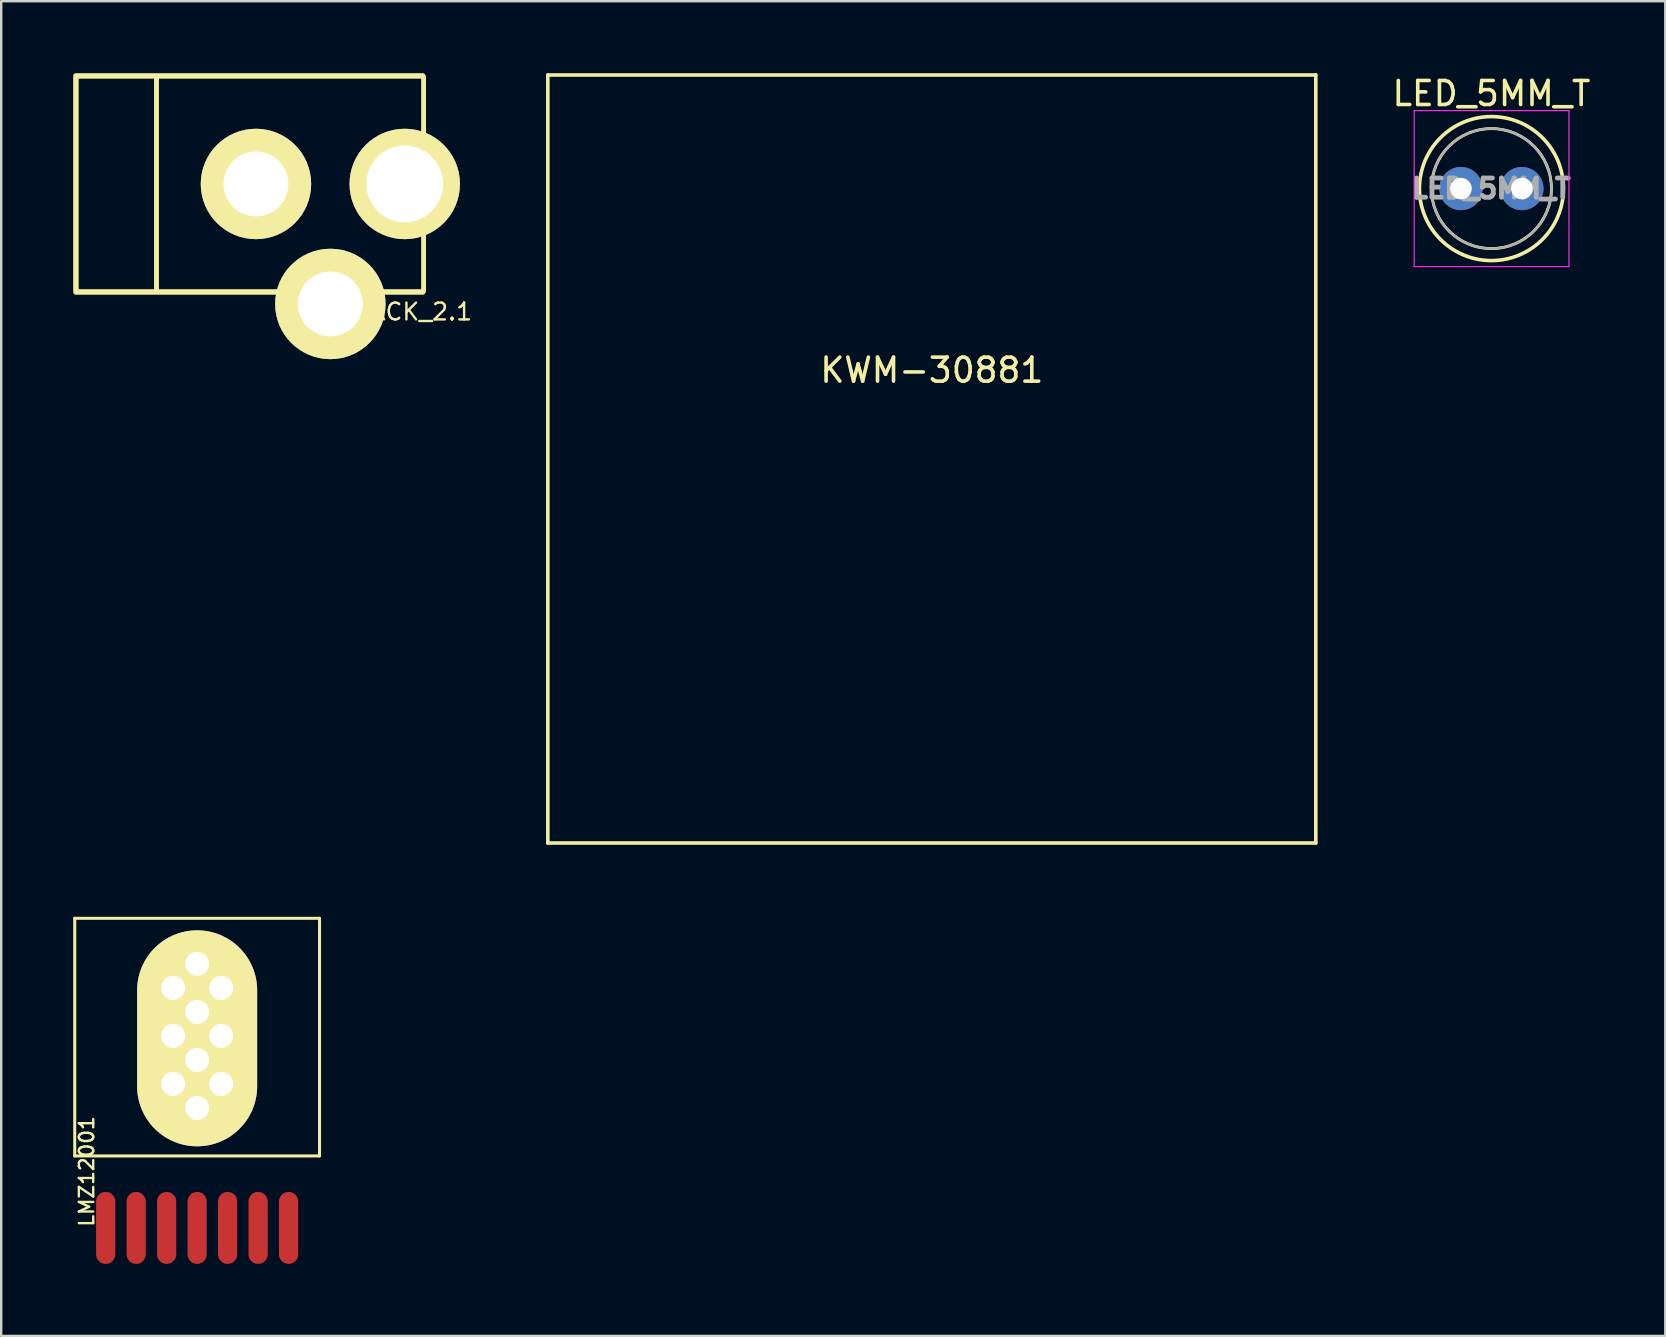
<source format=kicad_pcb>
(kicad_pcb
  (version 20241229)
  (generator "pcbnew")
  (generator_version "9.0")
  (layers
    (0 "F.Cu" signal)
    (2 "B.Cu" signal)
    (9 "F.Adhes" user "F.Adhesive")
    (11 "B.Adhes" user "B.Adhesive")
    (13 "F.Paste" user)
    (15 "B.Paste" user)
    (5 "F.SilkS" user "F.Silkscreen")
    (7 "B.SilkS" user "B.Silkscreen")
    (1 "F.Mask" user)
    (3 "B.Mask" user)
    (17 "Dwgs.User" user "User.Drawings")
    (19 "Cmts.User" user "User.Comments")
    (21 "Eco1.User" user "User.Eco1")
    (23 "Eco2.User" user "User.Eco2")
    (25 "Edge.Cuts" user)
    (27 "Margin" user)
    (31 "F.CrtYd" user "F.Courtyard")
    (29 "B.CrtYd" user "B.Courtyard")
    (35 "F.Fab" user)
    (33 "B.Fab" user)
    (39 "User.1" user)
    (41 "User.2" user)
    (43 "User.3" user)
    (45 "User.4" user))
  (footprint "LMZ12001"
    (layer "F.Cu")
    (at 5.164 45.114)
    (property "Reference" "LMZ12001" (at -4.602 0.648 90) (layer "F.SilkS") (effects (font (size 0.599 0.599) (thickness 0.099))))
    (attr smd)
    (fp_line (start -5.1 -9.901) (end 5.1 -9.901) (stroke (width 0.127) (type solid)) (layer "F.SilkS"))
    (fp_line (start -5.1 0) (end -5.1 -9.901) (stroke (width 0.127) (type solid)) (layer "F.SilkS"))
    (fp_line (start 5.1 -9.901) (end 5.1 0) (stroke (width 0.127) (type solid)) (layer "F.SilkS"))
    (fp_line (start 5.1 0) (end -5.1 0) (stroke (width 0.127) (type solid)) (layer "F.SilkS"))
    (pad "1" smd oval (at -3.81 3) (size 0.8 3) (layers "F.Cu" "F.Mask" "F.Paste"))
    (pad "2" smd oval (at -2.54 3) (size 0.8 3) (layers "F.Cu" "F.Mask" "F.Paste"))
    (pad "3" smd oval (at -1.27 3) (size 0.8 3) (layers "F.Cu" "F.Mask" "F.Paste"))
    (pad "4" smd oval (at 0 3) (size 0.8 3) (layers "F.Cu" "F.Mask" "F.Paste"))
    (pad "5" smd oval (at 1.27 3) (size 0.8 3) (layers "F.Cu" "F.Mask" "F.Paste"))
    (pad "6" smd oval (at 2.54 3) (size 0.8 3) (layers "F.Cu" "F.Mask" "F.Paste"))
    (pad "7" smd oval (at 3.81 3) (size 0.8 3) (layers "F.Cu" "F.Mask" "F.Paste"))
    (pad "8" thru_hole oval (at -1.001 -7) (size 1.001 1.001) (drill 1.001) (layers "*.Cu" "*.Mask" "F.SilkS"))
    (pad "8" thru_hole circle (at -1.001 -5.001) (size 1.001 1.001) (drill 1.001) (layers "*.Cu" "*.Mask" "F.SilkS"))
    (pad "8" thru_hole oval (at -1.001 -3) (size 1.001 1.001) (drill 1.001) (layers "*.Cu" "*.Mask" "F.SilkS"))
    (pad "8" thru_hole circle (at 0 -8.001) (size 1.001 1.001) (drill 1.001) (layers "*.Cu" "*.Mask" "F.SilkS"))
    (pad "8" thru_hole circle (at 0 -5.999) (size 1.001 1.001) (drill 1.001) (layers "*.Cu" "*.Mask" "F.SilkS"))
    (pad "8" thru_hole oval (at 0 -4.9) (size 5.001 8.999) (drill 0.000001) (layers "*.Cu" "*.Paste" "*.Mask" "F.SilkS"))
    (pad "8" thru_hole circle (at 0 -4) (size 1.001 1.001) (drill 1.001) (layers "*.Cu" "*.Mask" "F.SilkS"))
    (pad "8" thru_hole circle (at 0 -1.999) (size 1.001 1.001) (drill 1.001) (layers "*.Cu" "*.Mask" "F.SilkS"))
    (pad "8" thru_hole oval (at 1.001 -7) (size 1.001 1.001) (drill 1.001) (layers "*.Cu" "*.Mask" "F.SilkS"))
    (pad "8" thru_hole circle (at 1.001 -5.001) (size 1.001 1.001) (drill 1.001) (layers "*.Cu" "*.Mask" "F.SilkS"))
    (pad "8" thru_hole oval (at 1.001 -3) (size 1.001 1.001) (drill 1.001) (layers "*.Cu" "*.Mask" "F.SilkS")))
  (footprint "LED_5MM_T"
    (layer "F.Cu")
    (at 59.095 4.808)
    (property "Reference" "LED_5MM_T" (at 0 -3.96 0) (layer "F.SilkS") (effects (font (size 1 1) (thickness 0.15))))
    (attr through_hole)
    (fp_circle (center 0 0) (end -3 0) (stroke (width 0.15) (type solid)) (fill no) (layer "F.SilkS"))
    (fp_circle (center 0 0) (end 2.5 0) (stroke (width 0.12) (type solid)) (fill no) (layer "F.SilkS"))
    (fp_line (start -3.22 -3.25) (end -3.22 3.25) (stroke (width 0.05) (type solid)) (layer "F.CrtYd"))
    (fp_line (start -3.22 3.25) (end 3.23 3.25) (stroke (width 0.05) (type solid)) (layer "F.CrtYd"))
    (fp_line (start 3.23 -3.25) (end -3.22 -3.25) (stroke (width 0.05) (type solid)) (layer "F.CrtYd"))
    (fp_line (start 3.23 3.25) (end 3.23 -3.25) (stroke (width 0.05) (type solid)) (layer "F.CrtYd"))
    (fp_circle (center 0 0) (end 2.5 0) (stroke (width 0.1) (type solid)) (fill no) (layer "F.Fab"))
    (fp_text user "${REFERENCE}" (at -0.02 0 0) (layer "F.Fab") (effects (font (size 0.8 0.8) (thickness 0.2))))
    (pad "1" thru_hole circle (at -1.27 0) (size 1.8 1.8) (drill 0.9) (layers "*.Cu" "*.Paste" "*.Mask"))
    (pad "2" thru_hole circle (at 1.27 0) (size 1.8 1.8) (drill 0.9) (layers "*.Cu" "*.Paste" "*.Mask")))
  (footprint "JACK_2.1"
    (layer "F.Cu")
    (at 7.615 4.615)
    (property "Reference" "JACK_2.1" (at 6.637 5.324 0) (layer "F.SilkS") (effects (font (size 0.701 0.701) (thickness 0.099))))
    (attr through_hole)
    (fp_line (start -7.501 -4.399) (end -7.501 4.399) (stroke (width 0.229) (type solid)) (layer "F.SilkS"))
    (fp_line (start -4.145 -4.445) (end -4.145 4.445) (stroke (width 0.203) (type solid)) (layer "F.SilkS"))
    (fp_line (start 6.949 -4.501) (end -7.501 -4.501) (stroke (width 0.229) (type solid)) (layer "F.SilkS"))
    (fp_line (start 6.949 4.501) (end -7.501 4.501) (stroke (width 0.229) (type solid)) (layer "F.SilkS"))
    (fp_line (start 6.985 -4.445) (end 6.985 4.445) (stroke (width 0.203) (type solid)) (layer "F.SilkS"))
    (pad "1" thru_hole circle (at 6.2 0) (size 4.6 4.6) (drill 3.2) (layers "*.Cu" "*.Paste" "*.Mask" "F.SilkS"))
    (pad "2" thru_hole circle (at 3.1 5) (size 4.6 4.6) (drill 2.7) (layers "*.Cu" "*.Paste" "*.Mask" "F.SilkS"))
    (pad "3" thru_hole circle (at 0 0) (size 4.6 4.6) (drill 2.7) (layers "*.Cu" "*.Paste" "*.Mask" "F.SilkS")))
  (footprint "KWM-30881"
    (layer "F.Cu")
    (at 35.776 16.075)
    (property "Reference" "KWM-30881" (at 0 -3.7 0) (layer "F.SilkS") (effects (font (size 1 1) (thickness 0.15))))
    (attr through_hole)
    (fp_line (start -16 -16) (end -16 16) (stroke (width 0.15) (type solid)) (layer "F.SilkS"))
    (fp_line (start -16 16) (end 16 16) (stroke (width 0.15) (type solid)) (layer "F.SilkS"))
    (fp_line (start 16 -16) (end -16 -16) (stroke (width 0.15) (type solid)) (layer "F.SilkS"))
    (fp_line (start 16 16) (end 16 -16) (stroke (width 0.15) (type solid)) (layer "F.SilkS")))
  (gr_rect
    (start -3 -3)
    (end 66.339 52.614)
    (stroke (width 0.1) (type default))
    (fill no)
    (layer "Edge.Cuts")))
</source>
